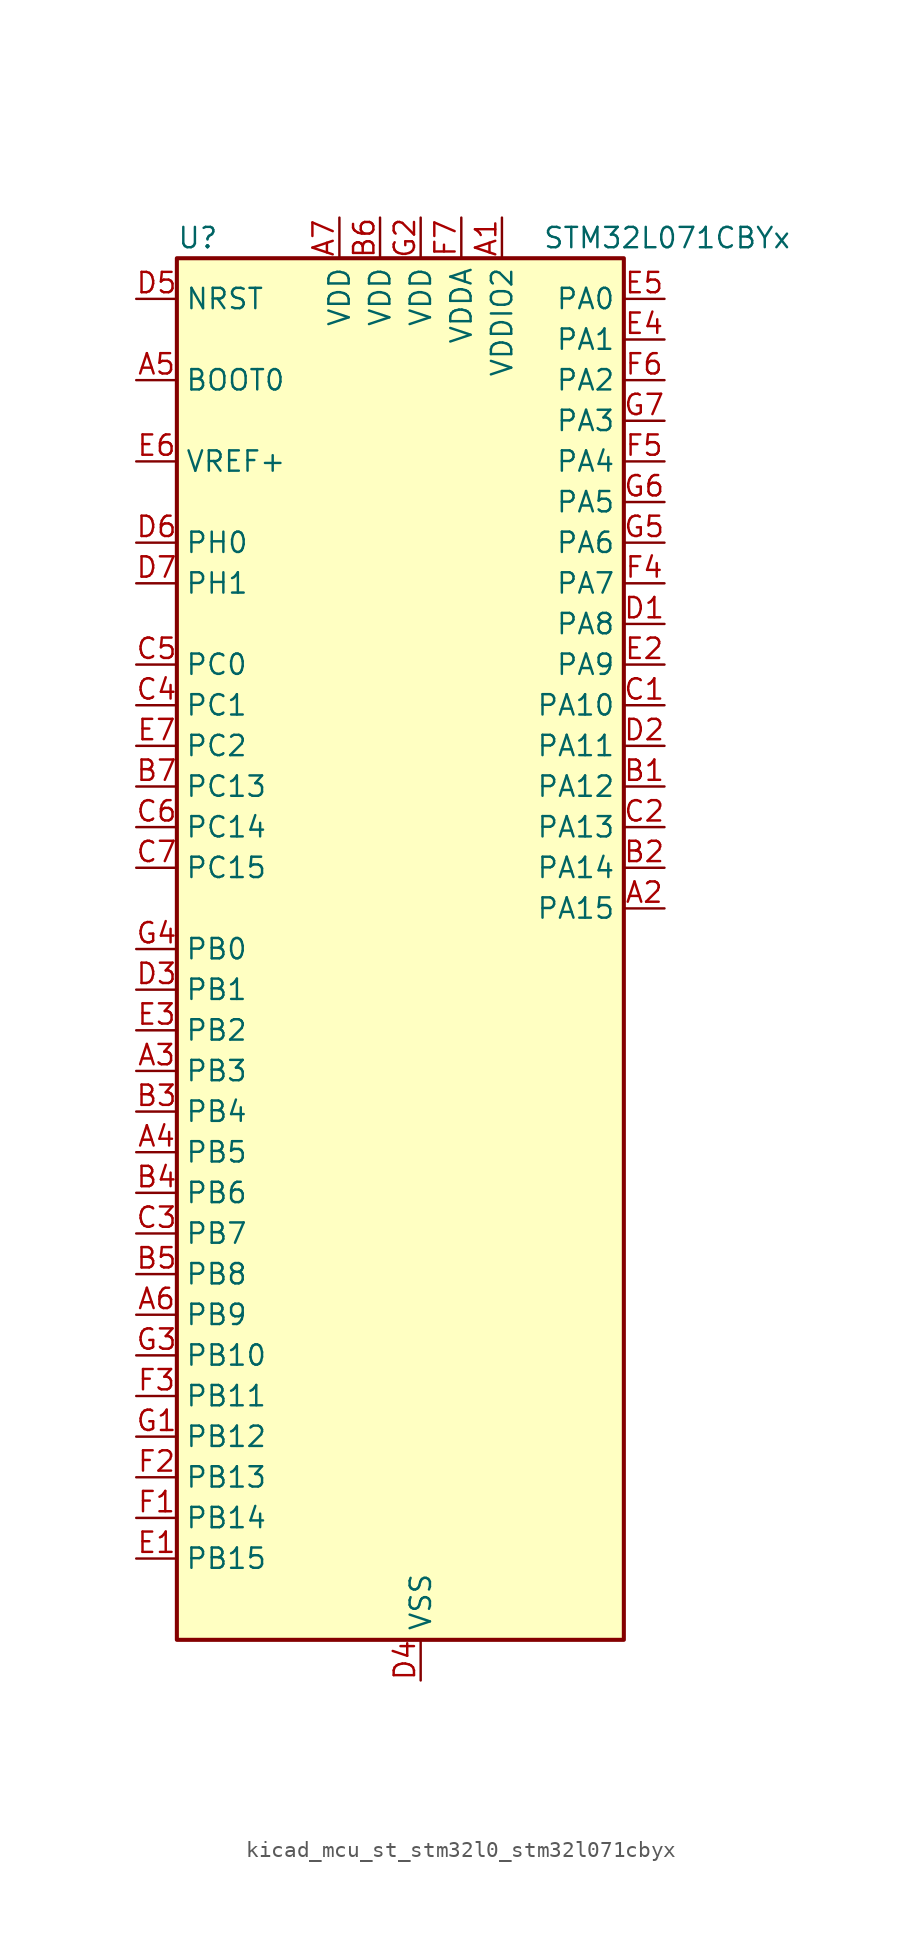
<source format=kicad_sym>
(kicad_symbol_lib
  (version 20220914)
  (generator kicad_symbol_editor)
  (symbol "kicad_mcu_st_stm32l0_stm32l071cbyx"
    (property "Reference" "U"
      (at -12.7 44.45 0)
      (effects (font (size 1.27 1.27)) (justify left)))
    (property "Value" "STM32L071CBYx"
      (at 10.16 44.45 0)
      (effects (font (size 1.27 1.27)) (justify left)))
    (property "ki_locked" ""
      (at 0 0 0)
      (effects (font (size 1.27 1.27))))
    (symbol "kicad_mcu_st_stm32l0_stm32l071cbyx_0_1"
      (rectangle (start -12.7 -43.18) (end 15.24 43.18) (stroke (width 0.254) (type default)) (fill (type background))))
    (symbol "kicad_mcu_st_stm32l0_stm32l071cbyx_1_1"
      (pin power_in line (at 7.62 45.72 270) (length 2.54) (name "VDDIO2" (effects (font (size 1.27 1.27)))) (number "A1" (effects (font (size 1.27 1.27)))))
      (pin bidirectional line (at 17.78 2.54 180) (length 2.54) (name "PA15" (effects (font (size 1.27 1.27)))) (number "A2" (effects (font (size 1.27 1.27)))) (alternate "SPI1_NSS" bidirectional line) (alternate "TIM2_CH1" bidirectional line) (alternate "TIM2_ETR" bidirectional line) (alternate "USART2_RX" bidirectional line) (alternate "USART4_DE" bidirectional line) (alternate "USART4_RTS" bidirectional line))
      (pin bidirectional line (at -15.24 -7.62 0) (length 2.54) (name "PB3" (effects (font (size 1.27 1.27)))) (number "A3" (effects (font (size 1.27 1.27)))) (alternate "COMP2_INM" bidirectional line) (alternate "SPI1_SCK" bidirectional line) (alternate "TIM2_CH2" bidirectional line) (alternate "USART1_DE" bidirectional line) (alternate "USART1_RTS" bidirectional line) (alternate "USART5_TX" bidirectional line))
      (pin bidirectional line (at -15.24 -12.7 0) (length 2.54) (name "PB5" (effects (font (size 1.27 1.27)))) (number "A4" (effects (font (size 1.27 1.27)))) (alternate "COMP2_INP" bidirectional line) (alternate "I2C1_SMBA" bidirectional line) (alternate "LPTIM1_IN1" bidirectional line) (alternate "SPI1_MOSI" bidirectional line) (alternate "TIM22_CH2" bidirectional line) (alternate "TIM3_CH2" bidirectional line) (alternate "USART1_CK" bidirectional line) (alternate "USART5_CK" bidirectional line) (alternate "USART5_DE" bidirectional line) (alternate "USART5_RTS" bidirectional line))
      (pin input line (at -15.24 35.56 0) (length 2.54) (name "BOOT0" (effects (font (size 1.27 1.27)))) (number "A5" (effects (font (size 1.27 1.27)))))
      (pin bidirectional line (at -15.24 -22.86 0) (length 2.54) (name "PB9" (effects (font (size 1.27 1.27)))) (number "A6" (effects (font (size 1.27 1.27)))) (alternate "I2C1_SDA" bidirectional line) (alternate "I2S2_WS" bidirectional line) (alternate "SPI2_NSS" bidirectional line))
      (pin power_in line (at -2.54 45.72 270) (length 2.54) (name "VDD" (effects (font (size 1.27 1.27)))) (number "A7" (effects (font (size 1.27 1.27)))))
      (pin bidirectional line (at 17.78 10.16 180) (length 2.54) (name "PA12" (effects (font (size 1.27 1.27)))) (number "B1" (effects (font (size 1.27 1.27)))) (alternate "COMP2_OUT" bidirectional line) (alternate "SPI1_MOSI" bidirectional line) (alternate "USART1_DE" bidirectional line) (alternate "USART1_RTS" bidirectional line))
      (pin bidirectional line (at 17.78 5.08 180) (length 2.54) (name "PA14" (effects (font (size 1.27 1.27)))) (number "B2" (effects (font (size 1.27 1.27)))) (alternate "LPUART1_TX" bidirectional line) (alternate "SYS_SWCLK" bidirectional line) (alternate "USART2_TX" bidirectional line))
      (pin bidirectional line (at -15.24 -10.16 0) (length 2.54) (name "PB4" (effects (font (size 1.27 1.27)))) (number "B3" (effects (font (size 1.27 1.27)))) (alternate "COMP2_INP" bidirectional line) (alternate "I2C3_SDA" bidirectional line) (alternate "SPI1_MISO" bidirectional line) (alternate "TIM22_CH1" bidirectional line) (alternate "TIM3_CH1" bidirectional line) (alternate "USART1_CTS" bidirectional line) (alternate "USART5_RX" bidirectional line))
      (pin bidirectional line (at -15.24 -15.24 0) (length 2.54) (name "PB6" (effects (font (size 1.27 1.27)))) (number "B4" (effects (font (size 1.27 1.27)))) (alternate "COMP2_INP" bidirectional line) (alternate "I2C1_SCL" bidirectional line) (alternate "LPTIM1_ETR" bidirectional line) (alternate "USART1_TX" bidirectional line))
      (pin bidirectional line (at -15.24 -20.32 0) (length 2.54) (name "PB8" (effects (font (size 1.27 1.27)))) (number "B5" (effects (font (size 1.27 1.27)))) (alternate "I2C1_SCL" bidirectional line))
      (pin power_in line (at 0 45.72 270) (length 2.54) (name "VDD" (effects (font (size 1.27 1.27)))) (number "B6" (effects (font (size 1.27 1.27)))))
      (pin bidirectional line (at -15.24 10.16 0) (length 2.54) (name "PC13" (effects (font (size 1.27 1.27)))) (number "B7" (effects (font (size 1.27 1.27)))) (alternate "RTC_OUT_ALARM" bidirectional line) (alternate "RTC_OUT_CALIB" bidirectional line) (alternate "RTC_TAMP1" bidirectional line) (alternate "RTC_TS" bidirectional line) (alternate "SYS_WKUP2" bidirectional line))
      (pin bidirectional line (at 17.78 15.24 180) (length 2.54) (name "PA10" (effects (font (size 1.27 1.27)))) (number "C1" (effects (font (size 1.27 1.27)))) (alternate "I2C1_SDA" bidirectional line) (alternate "USART1_RX" bidirectional line))
      (pin bidirectional line (at 17.78 7.62 180) (length 2.54) (name "PA13" (effects (font (size 1.27 1.27)))) (number "C2" (effects (font (size 1.27 1.27)))) (alternate "LPUART1_RX" bidirectional line) (alternate "SYS_SWDIO" bidirectional line))
      (pin bidirectional line (at -15.24 -17.78 0) (length 2.54) (name "PB7" (effects (font (size 1.27 1.27)))) (number "C3" (effects (font (size 1.27 1.27)))) (alternate "COMP2_INP" bidirectional line) (alternate "I2C1_SDA" bidirectional line) (alternate "LPTIM1_IN2" bidirectional line) (alternate "SYS_PVD_IN" bidirectional line) (alternate "USART1_RX" bidirectional line) (alternate "USART4_CTS" bidirectional line))
      (pin bidirectional line (at -15.24 15.24 0) (length 2.54) (name "PC1" (effects (font (size 1.27 1.27)))) (number "C4" (effects (font (size 1.27 1.27)))) (alternate "ADC_IN11" bidirectional line) (alternate "I2C3_SDA" bidirectional line) (alternate "LPTIM1_OUT" bidirectional line) (alternate "LPUART1_TX" bidirectional line))
      (pin bidirectional line (at -15.24 17.78 0) (length 2.54) (name "PC0" (effects (font (size 1.27 1.27)))) (number "C5" (effects (font (size 1.27 1.27)))) (alternate "ADC_IN10" bidirectional line) (alternate "I2C3_SCL" bidirectional line) (alternate "LPTIM1_IN1" bidirectional line) (alternate "LPUART1_RX" bidirectional line))
      (pin bidirectional line (at -15.24 7.62 0) (length 2.54) (name "PC14" (effects (font (size 1.27 1.27)))) (number "C6" (effects (font (size 1.27 1.27)))) (alternate "RCC_OSC32_IN" bidirectional line))
      (pin bidirectional line (at -15.24 5.08 0) (length 2.54) (name "PC15" (effects (font (size 1.27 1.27)))) (number "C7" (effects (font (size 1.27 1.27)))) (alternate "RCC_OSC32_OUT" bidirectional line))
      (pin bidirectional line (at 17.78 20.32 180) (length 2.54) (name "PA8" (effects (font (size 1.27 1.27)))) (number "D1" (effects (font (size 1.27 1.27)))) (alternate "I2C3_SCL" bidirectional line) (alternate "RCC_MCO" bidirectional line) (alternate "USART1_CK" bidirectional line))
      (pin bidirectional line (at 17.78 12.7 180) (length 2.54) (name "PA11" (effects (font (size 1.27 1.27)))) (number "D2" (effects (font (size 1.27 1.27)))) (alternate "ADC_EXTI11" bidirectional line) (alternate "COMP1_OUT" bidirectional line) (alternate "SPI1_MISO" bidirectional line) (alternate "USART1_CTS" bidirectional line))
      (pin bidirectional line (at -15.24 -2.54 0) (length 2.54) (name "PB1" (effects (font (size 1.27 1.27)))) (number "D3" (effects (font (size 1.27 1.27)))) (alternate "ADC_IN9" bidirectional line) (alternate "LPUART1_DE" bidirectional line) (alternate "LPUART1_RTS" bidirectional line) (alternate "SYS_VREF_OUT_PB1" bidirectional line) (alternate "TIM3_CH4" bidirectional line))
      (pin power_in line (at 2.54 -45.72 90) (length 2.54) (name "VSS" (effects (font (size 1.27 1.27)))) (number "D4" (effects (font (size 1.27 1.27)))))
      (pin input line (at -15.24 40.64 0) (length 2.54) (name "NRST" (effects (font (size 1.27 1.27)))) (number "D5" (effects (font (size 1.27 1.27)))))
      (pin bidirectional line (at -15.24 25.4 0) (length 2.54) (name "PH0" (effects (font (size 1.27 1.27)))) (number "D6" (effects (font (size 1.27 1.27)))) (alternate "RCC_OSC_IN" bidirectional line))
      (pin bidirectional line (at -15.24 22.86 0) (length 2.54) (name "PH1" (effects (font (size 1.27 1.27)))) (number "D7" (effects (font (size 1.27 1.27)))) (alternate "RCC_OSC_OUT" bidirectional line))
      (pin bidirectional line (at -15.24 -38.1 0) (length 2.54) (name "PB15" (effects (font (size 1.27 1.27)))) (number "E1" (effects (font (size 1.27 1.27)))) (alternate "I2S2_SD" bidirectional line) (alternate "RTC_REFIN" bidirectional line) (alternate "SPI2_MOSI" bidirectional line))
      (pin bidirectional line (at 17.78 17.78 180) (length 2.54) (name "PA9" (effects (font (size 1.27 1.27)))) (number "E2" (effects (font (size 1.27 1.27)))) (alternate "I2C1_SCL" bidirectional line) (alternate "I2C3_SMBA" bidirectional line) (alternate "RCC_MCO" bidirectional line) (alternate "USART1_TX" bidirectional line))
      (pin bidirectional line (at -15.24 -5.08 0) (length 2.54) (name "PB2" (effects (font (size 1.27 1.27)))) (number "E3" (effects (font (size 1.27 1.27)))) (alternate "I2C3_SMBA" bidirectional line) (alternate "LPTIM1_OUT" bidirectional line))
      (pin bidirectional line (at 17.78 38.1 180) (length 2.54) (name "PA1" (effects (font (size 1.27 1.27)))) (number "E4" (effects (font (size 1.27 1.27)))) (alternate "ADC_IN1" bidirectional line) (alternate "COMP1_INP" bidirectional line) (alternate "TIM21_ETR" bidirectional line) (alternate "TIM2_CH2" bidirectional line) (alternate "USART2_DE" bidirectional line) (alternate "USART2_RTS" bidirectional line) (alternate "USART4_RX" bidirectional line))
      (pin bidirectional line (at 17.78 40.64 180) (length 2.54) (name "PA0" (effects (font (size 1.27 1.27)))) (number "E5" (effects (font (size 1.27 1.27)))) (alternate "ADC_IN0" bidirectional line) (alternate "COMP1_INM" bidirectional line) (alternate "COMP1_OUT" bidirectional line) (alternate "RTC_TAMP2" bidirectional line) (alternate "SYS_WKUP1" bidirectional line) (alternate "TIM2_CH1" bidirectional line) (alternate "TIM2_ETR" bidirectional line) (alternate "USART2_CTS" bidirectional line) (alternate "USART4_TX" bidirectional line))
      (pin input line (at -15.24 30.48 0) (length 2.54) (name "VREF+" (effects (font (size 1.27 1.27)))) (number "E6" (effects (font (size 1.27 1.27)))))
      (pin bidirectional line (at -15.24 12.7 0) (length 2.54) (name "PC2" (effects (font (size 1.27 1.27)))) (number "E7" (effects (font (size 1.27 1.27)))) (alternate "ADC_IN12" bidirectional line) (alternate "I2S2_MCK" bidirectional line) (alternate "LPTIM1_IN2" bidirectional line) (alternate "SPI2_MISO" bidirectional line))
      (pin bidirectional line (at -15.24 -35.56 0) (length 2.54) (name "PB14" (effects (font (size 1.27 1.27)))) (number "F1" (effects (font (size 1.27 1.27)))) (alternate "I2C2_SDA" bidirectional line) (alternate "I2S2_MCK" bidirectional line) (alternate "LPUART1_DE" bidirectional line) (alternate "LPUART1_RTS" bidirectional line) (alternate "RTC_OUT_ALARM" bidirectional line) (alternate "RTC_OUT_CALIB" bidirectional line) (alternate "SPI2_MISO" bidirectional line) (alternate "TIM21_CH2" bidirectional line))
      (pin bidirectional line (at -15.24 -33.02 0) (length 2.54) (name "PB13" (effects (font (size 1.27 1.27)))) (number "F2" (effects (font (size 1.27 1.27)))) (alternate "I2C2_SCL" bidirectional line) (alternate "I2S2_CK" bidirectional line) (alternate "LPUART1_CTS" bidirectional line) (alternate "RCC_MCO" bidirectional line) (alternate "SPI2_SCK" bidirectional line) (alternate "TIM21_CH1" bidirectional line))
      (pin bidirectional line (at -15.24 -27.94 0) (length 2.54) (name "PB11" (effects (font (size 1.27 1.27)))) (number "F3" (effects (font (size 1.27 1.27)))) (alternate "ADC_EXTI11" bidirectional line) (alternate "I2C2_SDA" bidirectional line) (alternate "LPUART1_RX" bidirectional line) (alternate "LPUART1_TX" bidirectional line) (alternate "TIM2_CH4" bidirectional line))
      (pin bidirectional line (at 17.78 22.86 180) (length 2.54) (name "PA7" (effects (font (size 1.27 1.27)))) (number "F4" (effects (font (size 1.27 1.27)))) (alternate "ADC_IN7" bidirectional line) (alternate "COMP2_OUT" bidirectional line) (alternate "SPI1_MOSI" bidirectional line) (alternate "TIM22_CH2" bidirectional line) (alternate "TIM3_CH2" bidirectional line))
      (pin bidirectional line (at 17.78 30.48 180) (length 2.54) (name "PA4" (effects (font (size 1.27 1.27)))) (number "F5" (effects (font (size 1.27 1.27)))) (alternate "ADC_IN4" bidirectional line) (alternate "COMP1_INM" bidirectional line) (alternate "COMP2_INM" bidirectional line) (alternate "SPI1_NSS" bidirectional line) (alternate "TIM22_ETR" bidirectional line) (alternate "USART2_CK" bidirectional line))
      (pin bidirectional line (at 17.78 35.56 180) (length 2.54) (name "PA2" (effects (font (size 1.27 1.27)))) (number "F6" (effects (font (size 1.27 1.27)))) (alternate "ADC_IN2" bidirectional line) (alternate "COMP2_INM" bidirectional line) (alternate "COMP2_OUT" bidirectional line) (alternate "LPUART1_TX" bidirectional line) (alternate "TIM21_CH1" bidirectional line) (alternate "TIM2_CH3" bidirectional line) (alternate "USART2_TX" bidirectional line))
      (pin power_in line (at 5.08 45.72 270) (length 2.54) (name "VDDA" (effects (font (size 1.27 1.27)))) (number "F7" (effects (font (size 1.27 1.27)))))
      (pin bidirectional line (at -15.24 -30.48 0) (length 2.54) (name "PB12" (effects (font (size 1.27 1.27)))) (number "G1" (effects (font (size 1.27 1.27)))) (alternate "I2S2_WS" bidirectional line) (alternate "LPUART1_DE" bidirectional line) (alternate "LPUART1_RTS" bidirectional line) (alternate "SPI2_NSS" bidirectional line))
      (pin power_in line (at 2.54 45.72 270) (length 2.54) (name "VDD" (effects (font (size 1.27 1.27)))) (number "G2" (effects (font (size 1.27 1.27)))))
      (pin bidirectional line (at -15.24 -25.4 0) (length 2.54) (name "PB10" (effects (font (size 1.27 1.27)))) (number "G3" (effects (font (size 1.27 1.27)))) (alternate "I2C2_SCL" bidirectional line) (alternate "LPUART1_RX" bidirectional line) (alternate "LPUART1_TX" bidirectional line) (alternate "SPI2_SCK" bidirectional line) (alternate "TIM2_CH3" bidirectional line))
      (pin bidirectional line (at -15.24 0 0) (length 2.54) (name "PB0" (effects (font (size 1.27 1.27)))) (number "G4" (effects (font (size 1.27 1.27)))) (alternate "ADC_IN8" bidirectional line) (alternate "SYS_VREF_OUT_PB0" bidirectional line) (alternate "TIM3_CH3" bidirectional line))
      (pin bidirectional line (at 17.78 25.4 180) (length 2.54) (name "PA6" (effects (font (size 1.27 1.27)))) (number "G5" (effects (font (size 1.27 1.27)))) (alternate "ADC_IN6" bidirectional line) (alternate "COMP1_OUT" bidirectional line) (alternate "LPUART1_CTS" bidirectional line) (alternate "SPI1_MISO" bidirectional line) (alternate "TIM22_CH1" bidirectional line) (alternate "TIM3_CH1" bidirectional line))
      (pin bidirectional line (at 17.78 27.94 180) (length 2.54) (name "PA5" (effects (font (size 1.27 1.27)))) (number "G6" (effects (font (size 1.27 1.27)))) (alternate "ADC_IN5" bidirectional line) (alternate "COMP1_INM" bidirectional line) (alternate "COMP2_INM" bidirectional line) (alternate "SPI1_SCK" bidirectional line) (alternate "TIM2_CH1" bidirectional line) (alternate "TIM2_ETR" bidirectional line))
      (pin bidirectional line (at 17.78 33.02 180) (length 2.54) (name "PA3" (effects (font (size 1.27 1.27)))) (number "G7" (effects (font (size 1.27 1.27)))) (alternate "ADC_IN3" bidirectional line) (alternate "COMP2_INP" bidirectional line) (alternate "LPUART1_RX" bidirectional line) (alternate "TIM21_CH2" bidirectional line) (alternate "TIM2_CH4" bidirectional line) (alternate "USART2_RX" bidirectional line)))))
</source>
